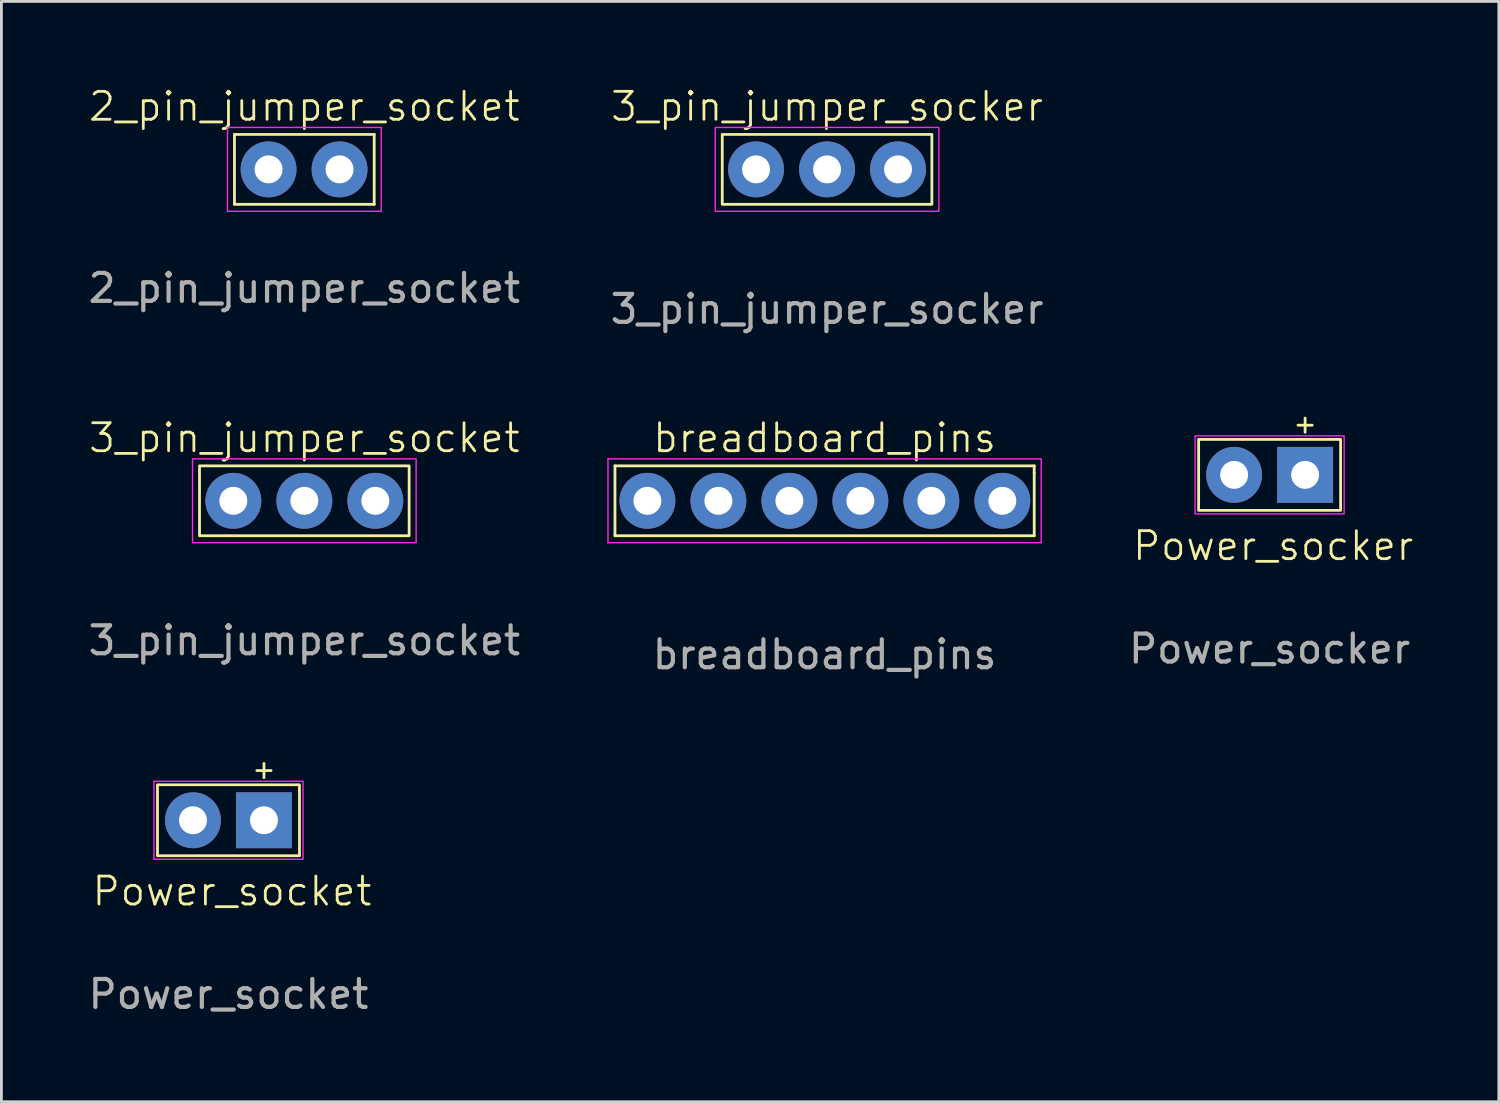
<source format=kicad_pcb>
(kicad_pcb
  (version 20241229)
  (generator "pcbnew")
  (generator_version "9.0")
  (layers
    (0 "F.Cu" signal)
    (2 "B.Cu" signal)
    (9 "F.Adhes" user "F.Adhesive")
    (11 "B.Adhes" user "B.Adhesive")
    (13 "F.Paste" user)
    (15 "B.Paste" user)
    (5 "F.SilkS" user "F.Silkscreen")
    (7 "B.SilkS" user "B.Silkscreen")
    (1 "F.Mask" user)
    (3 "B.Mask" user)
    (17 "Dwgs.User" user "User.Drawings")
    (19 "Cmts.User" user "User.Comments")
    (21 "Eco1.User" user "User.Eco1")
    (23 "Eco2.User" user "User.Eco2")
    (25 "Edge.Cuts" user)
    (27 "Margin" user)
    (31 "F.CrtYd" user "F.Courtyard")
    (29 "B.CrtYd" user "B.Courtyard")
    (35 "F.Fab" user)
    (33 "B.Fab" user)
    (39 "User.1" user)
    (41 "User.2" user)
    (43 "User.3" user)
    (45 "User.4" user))
  (footprint "2_pin_jumper_socket"
    (layer "F.Cu")
    (at 7.839 3.01)
    (property "Reference" "2_pin_jumper_socket" (at 0 -2.25 0) (unlocked yes) (layer "F.SilkS") (effects (font (size 1 1) (thickness 0.1))))
    (attr through_hole)
    (fp_line (start -2.5 -1.25) (end 2.5 -1.25) (stroke (width 0.1) (type default)) (layer "F.SilkS"))
    (fp_line (start -2.5 1.25) (end -2.5 -1.25) (stroke (width 0.1) (type default)) (layer "F.SilkS"))
    (fp_line (start 2.5 -1.25) (end 2.5 1.25) (stroke (width 0.1) (type default)) (layer "F.SilkS"))
    (fp_line (start 2.5 1.25) (end -2.5 1.25) (stroke (width 0.1) (type default)) (layer "F.SilkS"))
    (fp_rect (start 2.75 -1.5) (end -2.75 1.5) (stroke (width 0.05) (type default)) (fill no) (layer "F.CrtYd"))
    (fp_text user "${REFERENCE}" (at 0 4.25 0) (unlocked yes) (layer "F.Fab") (effects (font (size 1 1) (thickness 0.15))))
    (pad "1" thru_hole circle (at -1.28 0) (size 2 2) (drill 1) (layers "*.Cu" "*.Mask"))
    (pad "2" thru_hole circle (at 1.26 0) (size 2 2) (drill 1) (layers "*.Cu" "*.Mask")))
  (footprint "Power_socker"
    (layer "F.Cu")
    (at 42.377 13.941)
    (property "Reference" "Power_socker" (at 0.127 2.54 0) (unlocked yes) (layer "F.SilkS") (effects (font (size 1 1) (thickness 0.1))))
    (attr through_hole)
    (fp_line (start 1.27 -2.032) (end 1.27 -1.524) (stroke (width 0.1) (type default)) (layer "F.SilkS"))
    (fp_line (start 1.524 -1.778) (end 1.016 -1.778) (stroke (width 0.1) (type default)) (layer "F.SilkS"))
    (fp_rect (start 2.54 -1.27) (end -2.54 1.27) (stroke (width 0.1) (type default)) (fill no) (layer "F.SilkS"))
    (fp_rect (start 2.667 -1.397) (end -2.667 1.397) (stroke (width 0.05) (type default)) (fill no) (layer "F.CrtYd"))
    (fp_text user "${REFERENCE}" (at 0 6.223 0) (unlocked yes) (layer "F.Fab") (effects (font (size 1 1) (thickness 0.15))))
    (pad "1" thru_hole circle (at -1.27 0) (size 2 2) (drill 1) (layers "*.Cu" "*.Mask"))
    (pad "2" thru_hole rect (at 1.27 0) (size 2 2) (drill 1) (layers "*.Cu" "*.Mask")))
  (footprint "3_pin_jumper_socket"
    (layer "F.Cu")
    (at 7.839 14.869)
    (property "Reference" "3_pin_jumper_socket" (at 0 -2.25 0) (unlocked yes) (layer "F.SilkS") (effects (font (size 1 1) (thickness 0.1))))
    (attr through_hole)
    (fp_rect (start 3.75 -1.25) (end -3.75 1.25) (stroke (width 0.1) (type default)) (fill no) (layer "F.SilkS"))
    (fp_rect (start 4 -1.5) (end -4 1.5) (stroke (width 0.05) (type default)) (fill no) (layer "F.CrtYd"))
    (fp_text user "${REFERENCE}" (at 0 5 0) (unlocked yes) (layer "F.Fab") (effects (font (size 1 1) (thickness 0.15))))
    (pad "1" thru_hole circle (at -2.54 0) (size 2 2) (drill 1) (layers "*.Cu" "*.Mask"))
    (pad "2" thru_hole circle (at 0 0) (size 2 2) (drill 1) (layers "*.Cu" "*.Mask"))
    (pad "3" thru_hole circle (at 2.54 0) (size 2 2) (drill 1) (layers "*.Cu" "*.Mask")))
  (footprint "Power_socket"
    (layer "F.Cu")
    (at 5.125 26.299)
    (property "Reference" "Power_socket" (at 0.127 2.54 0) (unlocked yes) (layer "F.SilkS") (effects (font (size 1 1) (thickness 0.1))))
    (attr through_hole)
    (fp_line (start 1.27 -2.032) (end 1.27 -1.524) (stroke (width 0.1) (type default)) (layer "F.SilkS"))
    (fp_line (start 1.524 -1.778) (end 1.016 -1.778) (stroke (width 0.1) (type default)) (layer "F.SilkS"))
    (fp_rect (start 2.54 -1.27) (end -2.54 1.27) (stroke (width 0.1) (type default)) (fill no) (layer "F.SilkS"))
    (fp_rect (start 2.667 -1.397) (end -2.667 1.397) (stroke (width 0.05) (type default)) (fill no) (layer "F.CrtYd"))
    (fp_text user "${REFERENCE}" (at 0 6.223 0) (unlocked yes) (layer "F.Fab") (effects (font (size 1 1) (thickness 0.15))))
    (pad "1" thru_hole circle (at -1.27 0) (size 2 2) (drill 1) (layers "*.Cu" "*.Mask"))
    (pad "2" thru_hole rect (at 1.27 0) (size 2 2) (drill 1) (layers "*.Cu" "*.Mask")))
  (footprint "3_pin_jumper_socker"
    (layer "F.Cu")
    (at 26.542 3.01)
    (property "Reference" "3_pin_jumper_socker" (at 0 -2.25 0) (unlocked yes) (layer "F.SilkS") (effects (font (size 1 1) (thickness 0.1))))
    (attr through_hole)
    (fp_rect (start 3.75 -1.25) (end -3.75 1.25) (stroke (width 0.1) (type default)) (fill no) (layer "F.SilkS"))
    (fp_rect (start 4 -1.5) (end -4 1.5) (stroke (width 0.05) (type default)) (fill no) (layer "F.CrtYd"))
    (fp_text user "${REFERENCE}" (at 0 5 0) (unlocked yes) (layer "F.Fab") (effects (font (size 1 1) (thickness 0.15))))
    (pad "1" thru_hole circle (at -2.54 0) (size 2 2) (drill 1) (layers "*.Cu" "*.Mask"))
    (pad "2" thru_hole circle (at 0 0) (size 2 2) (drill 1) (layers "*.Cu" "*.Mask"))
    (pad "3" thru_hole circle (at 2.54 0) (size 2 2) (drill 1) (layers "*.Cu" "*.Mask")))
  (footprint "breadboard_pins"
    (layer "F.Cu")
    (at 26.454 14.869)
    (property "Reference" "breadboard_pins" (at 0 -2.25 0) (unlocked yes) (layer "F.SilkS") (effects (font (size 1 1) (thickness 0.1))))
    (attr through_hole)
    (fp_line (start -7.5 -1.25) (end 7.5 -1.25) (stroke (width 0.1) (type default)) (layer "F.SilkS"))
    (fp_line (start -7.5 1.25) (end -7.5 -1.25) (stroke (width 0.1) (type default)) (layer "F.SilkS"))
    (fp_line (start 7.5 -1.25) (end 7.5 -1) (stroke (width 0.1) (type default)) (layer "F.SilkS"))
    (fp_line (start 7.5 -1) (end 7.5 1.25) (stroke (width 0.1) (type default)) (layer "F.SilkS"))
    (fp_line (start 7.5 1.25) (end -7.5 1.25) (stroke (width 0.1) (type default)) (layer "F.SilkS"))
    (fp_line (start -7.75 -1.5) (end 7.75 -1.5) (stroke (width 0.05) (type default)) (layer "F.CrtYd"))
    (fp_line (start -7.75 1.5) (end -7.75 -1.5) (stroke (width 0.05) (type default)) (layer "F.CrtYd"))
    (fp_line (start 7.75 -1.5) (end 7.75 1.5) (stroke (width 0.05) (type default)) (layer "F.CrtYd"))
    (fp_line (start 7.75 1.5) (end -7.75 1.5) (stroke (width 0.05) (type default)) (layer "F.CrtYd"))
    (fp_text user "${REFERENCE}" (at 0 5.5 0) (unlocked yes) (layer "F.Fab") (effects (font (size 1 1) (thickness 0.15))))
    (pad "1" thru_hole circle (at -6.34 0) (size 2 2) (drill 1) (layers "*.Cu" "*.Mask"))
    (pad "2" thru_hole circle (at -3.8 0) (size 2 2) (drill 1) (layers "*.Cu" "*.Mask"))
    (pad "3" thru_hole circle (at -1.26 0) (size 2 2) (drill 1) (layers "*.Cu" "*.Mask"))
    (pad "4" thru_hole circle (at 1.28 0) (size 2 2) (drill 1) (layers "*.Cu" "*.Mask"))
    (pad "5" thru_hole circle (at 3.82 0) (size 2 2) (drill 1) (layers "*.Cu" "*.Mask"))
    (pad "6" thru_hole circle (at 6.36 0) (size 2 2) (drill 1) (layers "*.Cu" "*.Mask")))
  (gr_rect
    (start -3 -3)
    (end 50.578 36.371)
    (stroke (width 0.1) (type default))
    (fill no)
    (layer "Edge.Cuts")))
</source>
